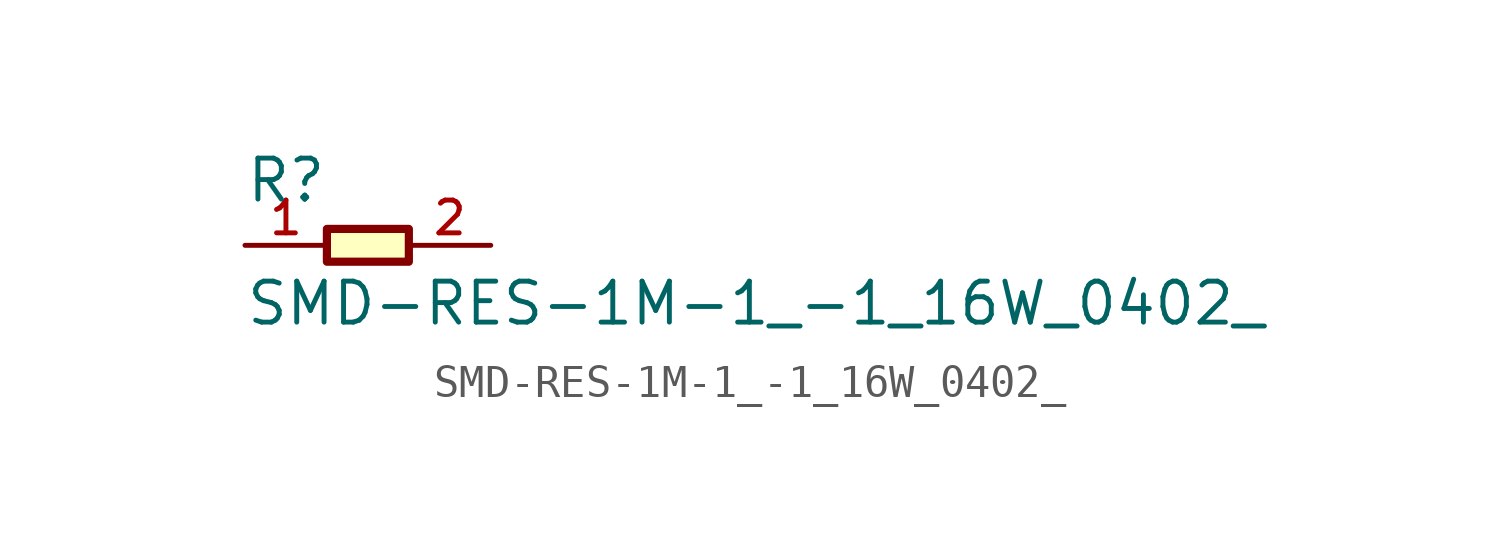
<source format=kicad_sym>
(kicad_symbol_lib
  (version 20211014)
  (generator kicad_symbol_editor)
  (symbol "SMD-RES-1M-1_-1_16W_0402_"
    (pin_names
      (offset 1.016))
    (property "Reference" "R"
      (at -3.811 1.27 0)
      (effects (font (size 1.27 1.27)) (justify bottom left)))
    (property "Value" "SMD-RES-1M-1_-1_16W_0402_"
      (at -3.817 -2.544 0)
      (effects (font (size 1.27 1.27)) (justify bottom left)))
    (symbol "SMD-RES-1M-1_-1_16W_0402__0_0"
      (rectangle (start -1.27 -0.508) (end 1.27 0.508) (stroke (width 0.254)) (fill (type background)))
      (pin passive line (at -3.81 0.0 0) (length 2.54) (name "~" (effects (font (size 1.016 1.016)))) (number "1" (effects (font (size 1.016 1.016)))))
      (pin passive line (at 3.81 0.0 180.0) (length 2.54) (name "~" (effects (font (size 1.016 1.016)))) (number "2" (effects (font (size 1.016 1.016))))))))
</source>
